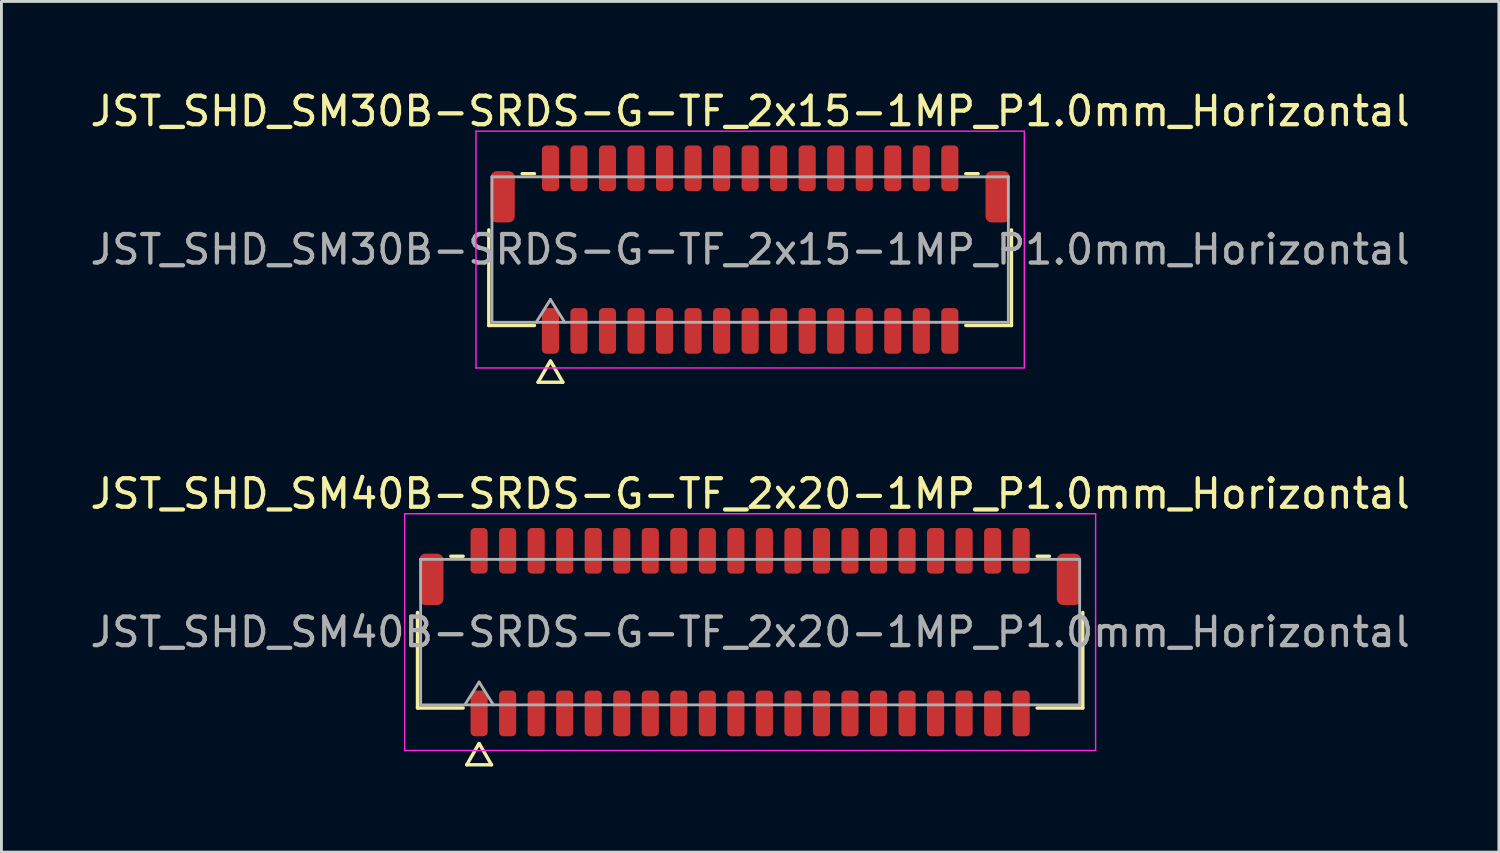
<source format=kicad_pcb>
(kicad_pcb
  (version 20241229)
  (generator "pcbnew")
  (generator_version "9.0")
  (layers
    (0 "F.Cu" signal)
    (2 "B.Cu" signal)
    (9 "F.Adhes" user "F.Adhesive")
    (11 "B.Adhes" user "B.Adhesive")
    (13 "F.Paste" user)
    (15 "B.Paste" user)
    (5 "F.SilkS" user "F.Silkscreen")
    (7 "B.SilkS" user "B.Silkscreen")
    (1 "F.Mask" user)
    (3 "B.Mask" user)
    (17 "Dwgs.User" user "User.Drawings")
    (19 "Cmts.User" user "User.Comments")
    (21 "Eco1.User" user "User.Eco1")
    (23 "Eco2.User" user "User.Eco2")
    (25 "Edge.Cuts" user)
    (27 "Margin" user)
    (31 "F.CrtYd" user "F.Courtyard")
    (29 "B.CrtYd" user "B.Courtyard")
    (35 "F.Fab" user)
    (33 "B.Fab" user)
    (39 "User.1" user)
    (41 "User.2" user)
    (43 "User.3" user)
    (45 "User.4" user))
  (footprint "JST_SHD_SM40B-SRDS-G-TF_2x20-1MP_P1.0mm_Horizontal"
    (layer "F.Cu")
    (at 23.244 19.107)
    (property "Reference" "JST_SHD_SM40B-SRDS-G-TF_2x20-1MP_P1.0mm_Horizontal" (at 0 -4.85 0) (layer "F.SilkS") (effects (font (size 1 1) (thickness 0.15))))
    (attr smd)
    (fp_line (start -11.66 2.66) (end -11.66 -0.69) (stroke (width 0.12) (type solid)) (layer "F.SilkS"))
    (fp_line (start -10.49 -2.66) (end -10.06 -2.66) (stroke (width 0.12) (type solid)) (layer "F.SilkS"))
    (fp_line (start -10.06 2.66) (end -11.66 2.66) (stroke (width 0.12) (type solid)) (layer "F.SilkS"))
    (fp_line (start -9.933 4.65) (end -9.506 3.91) (stroke (width 0.12) (type solid)) (layer "F.SilkS"))
    (fp_line (start -9.494 3.91) (end -9.067 4.65) (stroke (width 0.12) (type solid)) (layer "F.SilkS"))
    (fp_line (start -9.067 4.65) (end -9.933 4.65) (stroke (width 0.12) (type solid)) (layer "F.SilkS"))
    (fp_line (start 10.06 -2.66) (end 10.49 -2.66) (stroke (width 0.12) (type solid)) (layer "F.SilkS"))
    (fp_line (start 11.66 -0.69) (end 11.66 2.66) (stroke (width 0.12) (type solid)) (layer "F.SilkS"))
    (fp_line (start 11.66 2.66) (end 10.06 2.66) (stroke (width 0.12) (type solid)) (layer "F.SilkS"))
    (fp_line (start -12.11 -4.15) (end -12.11 4.15) (stroke (width 0.05) (type solid)) (layer "F.CrtYd"))
    (fp_line (start -12.11 4.15) (end 12.11 4.15) (stroke (width 0.05) (type solid)) (layer "F.CrtYd"))
    (fp_line (start 12.11 -4.15) (end -12.11 -4.15) (stroke (width 0.05) (type solid)) (layer "F.CrtYd"))
    (fp_line (start 12.11 4.15) (end 12.11 -4.15) (stroke (width 0.05) (type solid)) (layer "F.CrtYd"))
    (fp_line (start -11.55 -2.55) (end 11.55 -2.55) (stroke (width 0.1) (type solid)) (layer "F.Fab"))
    (fp_line (start -11.55 2.55) (end -11.55 -2.55) (stroke (width 0.1) (type solid)) (layer "F.Fab"))
    (fp_line (start -10 2.55) (end -9.5 1.75) (stroke (width 0.1) (type solid)) (layer "F.Fab"))
    (fp_line (start -9.5 1.75) (end -9 2.55) (stroke (width 0.1) (type solid)) (layer "F.Fab"))
    (fp_line (start 11.55 -2.55) (end 11.55 2.55) (stroke (width 0.1) (type solid)) (layer "F.Fab"))
    (fp_line (start 11.55 2.55) (end -11.55 2.55) (stroke (width 0.1) (type solid)) (layer "F.Fab"))
    (fp_text user "${REFERENCE}" (at 0 0 0) (layer "F.Fab") (effects (font (size 1 1) (thickness 0.15))))
    (pad "1" smd roundrect (at -9.5 2.85) (size 0.6 1.6) (layers "F.Cu" "F.Mask" "F.Paste") (roundrect_rratio 0.25))
    (pad "2" smd roundrect (at -9.5 -2.85) (size 0.6 1.6) (layers "F.Cu" "F.Mask" "F.Paste") (roundrect_rratio 0.25))
    (pad "3" smd roundrect (at -8.5 2.85) (size 0.6 1.6) (layers "F.Cu" "F.Mask" "F.Paste") (roundrect_rratio 0.25))
    (pad "4" smd roundrect (at -8.5 -2.85) (size 0.6 1.6) (layers "F.Cu" "F.Mask" "F.Paste") (roundrect_rratio 0.25))
    (pad "5" smd roundrect (at -7.5 2.85) (size 0.6 1.6) (layers "F.Cu" "F.Mask" "F.Paste") (roundrect_rratio 0.25))
    (pad "6" smd roundrect (at -7.5 -2.85) (size 0.6 1.6) (layers "F.Cu" "F.Mask" "F.Paste") (roundrect_rratio 0.25))
    (pad "7" smd roundrect (at -6.5 2.85) (size 0.6 1.6) (layers "F.Cu" "F.Mask" "F.Paste") (roundrect_rratio 0.25))
    (pad "8" smd roundrect (at -6.5 -2.85) (size 0.6 1.6) (layers "F.Cu" "F.Mask" "F.Paste") (roundrect_rratio 0.25))
    (pad "9" smd roundrect (at -5.5 2.85) (size 0.6 1.6) (layers "F.Cu" "F.Mask" "F.Paste") (roundrect_rratio 0.25))
    (pad "10" smd roundrect (at -5.5 -2.85) (size 0.6 1.6) (layers "F.Cu" "F.Mask" "F.Paste") (roundrect_rratio 0.25))
    (pad "11" smd roundrect (at -4.5 2.85) (size 0.6 1.6) (layers "F.Cu" "F.Mask" "F.Paste") (roundrect_rratio 0.25))
    (pad "12" smd roundrect (at -4.5 -2.85) (size 0.6 1.6) (layers "F.Cu" "F.Mask" "F.Paste") (roundrect_rratio 0.25))
    (pad "13" smd roundrect (at -3.5 2.85) (size 0.6 1.6) (layers "F.Cu" "F.Mask" "F.Paste") (roundrect_rratio 0.25))
    (pad "14" smd roundrect (at -3.5 -2.85) (size 0.6 1.6) (layers "F.Cu" "F.Mask" "F.Paste") (roundrect_rratio 0.25))
    (pad "15" smd roundrect (at -2.5 2.85) (size 0.6 1.6) (layers "F.Cu" "F.Mask" "F.Paste") (roundrect_rratio 0.25))
    (pad "16" smd roundrect (at -2.5 -2.85) (size 0.6 1.6) (layers "F.Cu" "F.Mask" "F.Paste") (roundrect_rratio 0.25))
    (pad "17" smd roundrect (at -1.5 2.85) (size 0.6 1.6) (layers "F.Cu" "F.Mask" "F.Paste") (roundrect_rratio 0.25))
    (pad "18" smd roundrect (at -1.5 -2.85) (size 0.6 1.6) (layers "F.Cu" "F.Mask" "F.Paste") (roundrect_rratio 0.25))
    (pad "19" smd roundrect (at -0.5 2.85) (size 0.6 1.6) (layers "F.Cu" "F.Mask" "F.Paste") (roundrect_rratio 0.25))
    (pad "20" smd roundrect (at -0.5 -2.85) (size 0.6 1.6) (layers "F.Cu" "F.Mask" "F.Paste") (roundrect_rratio 0.25))
    (pad "21" smd roundrect (at 0.5 2.85) (size 0.6 1.6) (layers "F.Cu" "F.Mask" "F.Paste") (roundrect_rratio 0.25))
    (pad "22" smd roundrect (at 0.5 -2.85) (size 0.6 1.6) (layers "F.Cu" "F.Mask" "F.Paste") (roundrect_rratio 0.25))
    (pad "23" smd roundrect (at 1.5 2.85) (size 0.6 1.6) (layers "F.Cu" "F.Mask" "F.Paste") (roundrect_rratio 0.25))
    (pad "24" smd roundrect (at 1.5 -2.85) (size 0.6 1.6) (layers "F.Cu" "F.Mask" "F.Paste") (roundrect_rratio 0.25))
    (pad "25" smd roundrect (at 2.5 2.85) (size 0.6 1.6) (layers "F.Cu" "F.Mask" "F.Paste") (roundrect_rratio 0.25))
    (pad "26" smd roundrect (at 2.5 -2.85) (size 0.6 1.6) (layers "F.Cu" "F.Mask" "F.Paste") (roundrect_rratio 0.25))
    (pad "27" smd roundrect (at 3.5 2.85) (size 0.6 1.6) (layers "F.Cu" "F.Mask" "F.Paste") (roundrect_rratio 0.25))
    (pad "28" smd roundrect (at 3.5 -2.85) (size 0.6 1.6) (layers "F.Cu" "F.Mask" "F.Paste") (roundrect_rratio 0.25))
    (pad "29" smd roundrect (at 4.5 2.85) (size 0.6 1.6) (layers "F.Cu" "F.Mask" "F.Paste") (roundrect_rratio 0.25))
    (pad "30" smd roundrect (at 4.5 -2.85) (size 0.6 1.6) (layers "F.Cu" "F.Mask" "F.Paste") (roundrect_rratio 0.25))
    (pad "31" smd roundrect (at 5.5 2.85) (size 0.6 1.6) (layers "F.Cu" "F.Mask" "F.Paste") (roundrect_rratio 0.25))
    (pad "32" smd roundrect (at 5.5 -2.85) (size 0.6 1.6) (layers "F.Cu" "F.Mask" "F.Paste") (roundrect_rratio 0.25))
    (pad "33" smd roundrect (at 6.5 2.85) (size 0.6 1.6) (layers "F.Cu" "F.Mask" "F.Paste") (roundrect_rratio 0.25))
    (pad "34" smd roundrect (at 6.5 -2.85) (size 0.6 1.6) (layers "F.Cu" "F.Mask" "F.Paste") (roundrect_rratio 0.25))
    (pad "35" smd roundrect (at 7.5 2.85) (size 0.6 1.6) (layers "F.Cu" "F.Mask" "F.Paste") (roundrect_rratio 0.25))
    (pad "36" smd roundrect (at 7.5 -2.85) (size 0.6 1.6) (layers "F.Cu" "F.Mask" "F.Paste") (roundrect_rratio 0.25))
    (pad "37" smd roundrect (at 8.5 2.85) (size 0.6 1.6) (layers "F.Cu" "F.Mask" "F.Paste") (roundrect_rratio 0.25))
    (pad "38" smd roundrect (at 8.5 -2.85) (size 0.6 1.6) (layers "F.Cu" "F.Mask" "F.Paste") (roundrect_rratio 0.25))
    (pad "39" smd roundrect (at 9.5 2.85) (size 0.6 1.6) (layers "F.Cu" "F.Mask" "F.Paste") (roundrect_rratio 0.25))
    (pad "40" smd roundrect (at 9.5 -2.85) (size 0.6 1.6) (layers "F.Cu" "F.Mask" "F.Paste") (roundrect_rratio 0.25))
    (pad "MP" smd roundrect (at -11.175 -1.85) (size 0.85 1.8) (layers "F.Cu" "F.Mask" "F.Paste") (roundrect_rratio 0.25))
    (pad "MP" smd roundrect (at 11.175 -1.85) (size 0.85 1.8) (layers "F.Cu" "F.Mask" "F.Paste") (roundrect_rratio 0.25)))
  (footprint "JST_SHD_SM30B-SRDS-G-TF_2x15-1MP_P1.0mm_Horizontal"
    (layer "F.Cu")
    (at 23.244 5.698)
    (property "Reference" "JST_SHD_SM30B-SRDS-G-TF_2x15-1MP_P1.0mm_Horizontal" (at 0 -4.85 0) (layer "F.SilkS") (effects (font (size 1 1) (thickness 0.15))))
    (attr smd)
    (fp_line (start -9.16 2.66) (end -9.16 -0.69) (stroke (width 0.12) (type solid)) (layer "F.SilkS"))
    (fp_line (start -7.99 -2.66) (end -7.56 -2.66) (stroke (width 0.12) (type solid)) (layer "F.SilkS"))
    (fp_line (start -7.56 2.66) (end -9.16 2.66) (stroke (width 0.12) (type solid)) (layer "F.SilkS"))
    (fp_line (start -7.433 4.65) (end -7.006 3.91) (stroke (width 0.12) (type solid)) (layer "F.SilkS"))
    (fp_line (start -6.994 3.91) (end -6.567 4.65) (stroke (width 0.12) (type solid)) (layer "F.SilkS"))
    (fp_line (start -6.567 4.65) (end -7.433 4.65) (stroke (width 0.12) (type solid)) (layer "F.SilkS"))
    (fp_line (start 7.56 -2.66) (end 7.99 -2.66) (stroke (width 0.12) (type solid)) (layer "F.SilkS"))
    (fp_line (start 9.16 -0.69) (end 9.16 2.66) (stroke (width 0.12) (type solid)) (layer "F.SilkS"))
    (fp_line (start 9.16 2.66) (end 7.56 2.66) (stroke (width 0.12) (type solid)) (layer "F.SilkS"))
    (fp_line (start -9.61 -4.15) (end -9.61 4.15) (stroke (width 0.05) (type solid)) (layer "F.CrtYd"))
    (fp_line (start -9.61 4.15) (end 9.61 4.15) (stroke (width 0.05) (type solid)) (layer "F.CrtYd"))
    (fp_line (start 9.61 -4.15) (end -9.61 -4.15) (stroke (width 0.05) (type solid)) (layer "F.CrtYd"))
    (fp_line (start 9.61 4.15) (end 9.61 -4.15) (stroke (width 0.05) (type solid)) (layer "F.CrtYd"))
    (fp_line (start -9.05 -2.55) (end 9.05 -2.55) (stroke (width 0.1) (type solid)) (layer "F.Fab"))
    (fp_line (start -9.05 2.55) (end -9.05 -2.55) (stroke (width 0.1) (type solid)) (layer "F.Fab"))
    (fp_line (start -7.5 2.55) (end -7 1.75) (stroke (width 0.1) (type solid)) (layer "F.Fab"))
    (fp_line (start -7 1.75) (end -6.5 2.55) (stroke (width 0.1) (type solid)) (layer "F.Fab"))
    (fp_line (start 9.05 -2.55) (end 9.05 2.55) (stroke (width 0.1) (type solid)) (layer "F.Fab"))
    (fp_line (start 9.05 2.55) (end -9.05 2.55) (stroke (width 0.1) (type solid)) (layer "F.Fab"))
    (fp_text user "${REFERENCE}" (at 0 0 0) (layer "F.Fab") (effects (font (size 1 1) (thickness 0.15))))
    (pad "1" smd roundrect (at -7 2.85) (size 0.6 1.6) (layers "F.Cu" "F.Mask" "F.Paste") (roundrect_rratio 0.25))
    (pad "2" smd roundrect (at -7 -2.85) (size 0.6 1.6) (layers "F.Cu" "F.Mask" "F.Paste") (roundrect_rratio 0.25))
    (pad "3" smd roundrect (at -6 2.85) (size 0.6 1.6) (layers "F.Cu" "F.Mask" "F.Paste") (roundrect_rratio 0.25))
    (pad "4" smd roundrect (at -6 -2.85) (size 0.6 1.6) (layers "F.Cu" "F.Mask" "F.Paste") (roundrect_rratio 0.25))
    (pad "5" smd roundrect (at -5 2.85) (size 0.6 1.6) (layers "F.Cu" "F.Mask" "F.Paste") (roundrect_rratio 0.25))
    (pad "6" smd roundrect (at -5 -2.85) (size 0.6 1.6) (layers "F.Cu" "F.Mask" "F.Paste") (roundrect_rratio 0.25))
    (pad "7" smd roundrect (at -4 2.85) (size 0.6 1.6) (layers "F.Cu" "F.Mask" "F.Paste") (roundrect_rratio 0.25))
    (pad "8" smd roundrect (at -4 -2.85) (size 0.6 1.6) (layers "F.Cu" "F.Mask" "F.Paste") (roundrect_rratio 0.25))
    (pad "9" smd roundrect (at -3 2.85) (size 0.6 1.6) (layers "F.Cu" "F.Mask" "F.Paste") (roundrect_rratio 0.25))
    (pad "10" smd roundrect (at -3 -2.85) (size 0.6 1.6) (layers "F.Cu" "F.Mask" "F.Paste") (roundrect_rratio 0.25))
    (pad "11" smd roundrect (at -2 2.85) (size 0.6 1.6) (layers "F.Cu" "F.Mask" "F.Paste") (roundrect_rratio 0.25))
    (pad "12" smd roundrect (at -2 -2.85) (size 0.6 1.6) (layers "F.Cu" "F.Mask" "F.Paste") (roundrect_rratio 0.25))
    (pad "13" smd roundrect (at -1 2.85) (size 0.6 1.6) (layers "F.Cu" "F.Mask" "F.Paste") (roundrect_rratio 0.25))
    (pad "14" smd roundrect (at -1 -2.85) (size 0.6 1.6) (layers "F.Cu" "F.Mask" "F.Paste") (roundrect_rratio 0.25))
    (pad "15" smd roundrect (at 0 2.85) (size 0.6 1.6) (layers "F.Cu" "F.Mask" "F.Paste") (roundrect_rratio 0.25))
    (pad "16" smd roundrect (at 0 -2.85) (size 0.6 1.6) (layers "F.Cu" "F.Mask" "F.Paste") (roundrect_rratio 0.25))
    (pad "17" smd roundrect (at 1 2.85) (size 0.6 1.6) (layers "F.Cu" "F.Mask" "F.Paste") (roundrect_rratio 0.25))
    (pad "18" smd roundrect (at 1 -2.85) (size 0.6 1.6) (layers "F.Cu" "F.Mask" "F.Paste") (roundrect_rratio 0.25))
    (pad "19" smd roundrect (at 2 2.85) (size 0.6 1.6) (layers "F.Cu" "F.Mask" "F.Paste") (roundrect_rratio 0.25))
    (pad "20" smd roundrect (at 2 -2.85) (size 0.6 1.6) (layers "F.Cu" "F.Mask" "F.Paste") (roundrect_rratio 0.25))
    (pad "21" smd roundrect (at 3 2.85) (size 0.6 1.6) (layers "F.Cu" "F.Mask" "F.Paste") (roundrect_rratio 0.25))
    (pad "22" smd roundrect (at 3 -2.85) (size 0.6 1.6) (layers "F.Cu" "F.Mask" "F.Paste") (roundrect_rratio 0.25))
    (pad "23" smd roundrect (at 4 2.85) (size 0.6 1.6) (layers "F.Cu" "F.Mask" "F.Paste") (roundrect_rratio 0.25))
    (pad "24" smd roundrect (at 4 -2.85) (size 0.6 1.6) (layers "F.Cu" "F.Mask" "F.Paste") (roundrect_rratio 0.25))
    (pad "25" smd roundrect (at 5 2.85) (size 0.6 1.6) (layers "F.Cu" "F.Mask" "F.Paste") (roundrect_rratio 0.25))
    (pad "26" smd roundrect (at 5 -2.85) (size 0.6 1.6) (layers "F.Cu" "F.Mask" "F.Paste") (roundrect_rratio 0.25))
    (pad "27" smd roundrect (at 6 2.85) (size 0.6 1.6) (layers "F.Cu" "F.Mask" "F.Paste") (roundrect_rratio 0.25))
    (pad "28" smd roundrect (at 6 -2.85) (size 0.6 1.6) (layers "F.Cu" "F.Mask" "F.Paste") (roundrect_rratio 0.25))
    (pad "29" smd roundrect (at 7 2.85) (size 0.6 1.6) (layers "F.Cu" "F.Mask" "F.Paste") (roundrect_rratio 0.25))
    (pad "30" smd roundrect (at 7 -2.85) (size 0.6 1.6) (layers "F.Cu" "F.Mask" "F.Paste") (roundrect_rratio 0.25))
    (pad "MP" smd roundrect (at -8.675 -1.85) (size 0.85 1.8) (layers "F.Cu" "F.Mask" "F.Paste") (roundrect_rratio 0.25))
    (pad "MP" smd roundrect (at 8.675 -1.85) (size 0.85 1.8) (layers "F.Cu" "F.Mask" "F.Paste") (roundrect_rratio 0.25)))
  (gr_rect
    (start -3 -3)
    (end 49.488 26.817)
    (stroke (width 0.1) (type default))
    (fill no)
    (layer "Edge.Cuts")))
</source>
